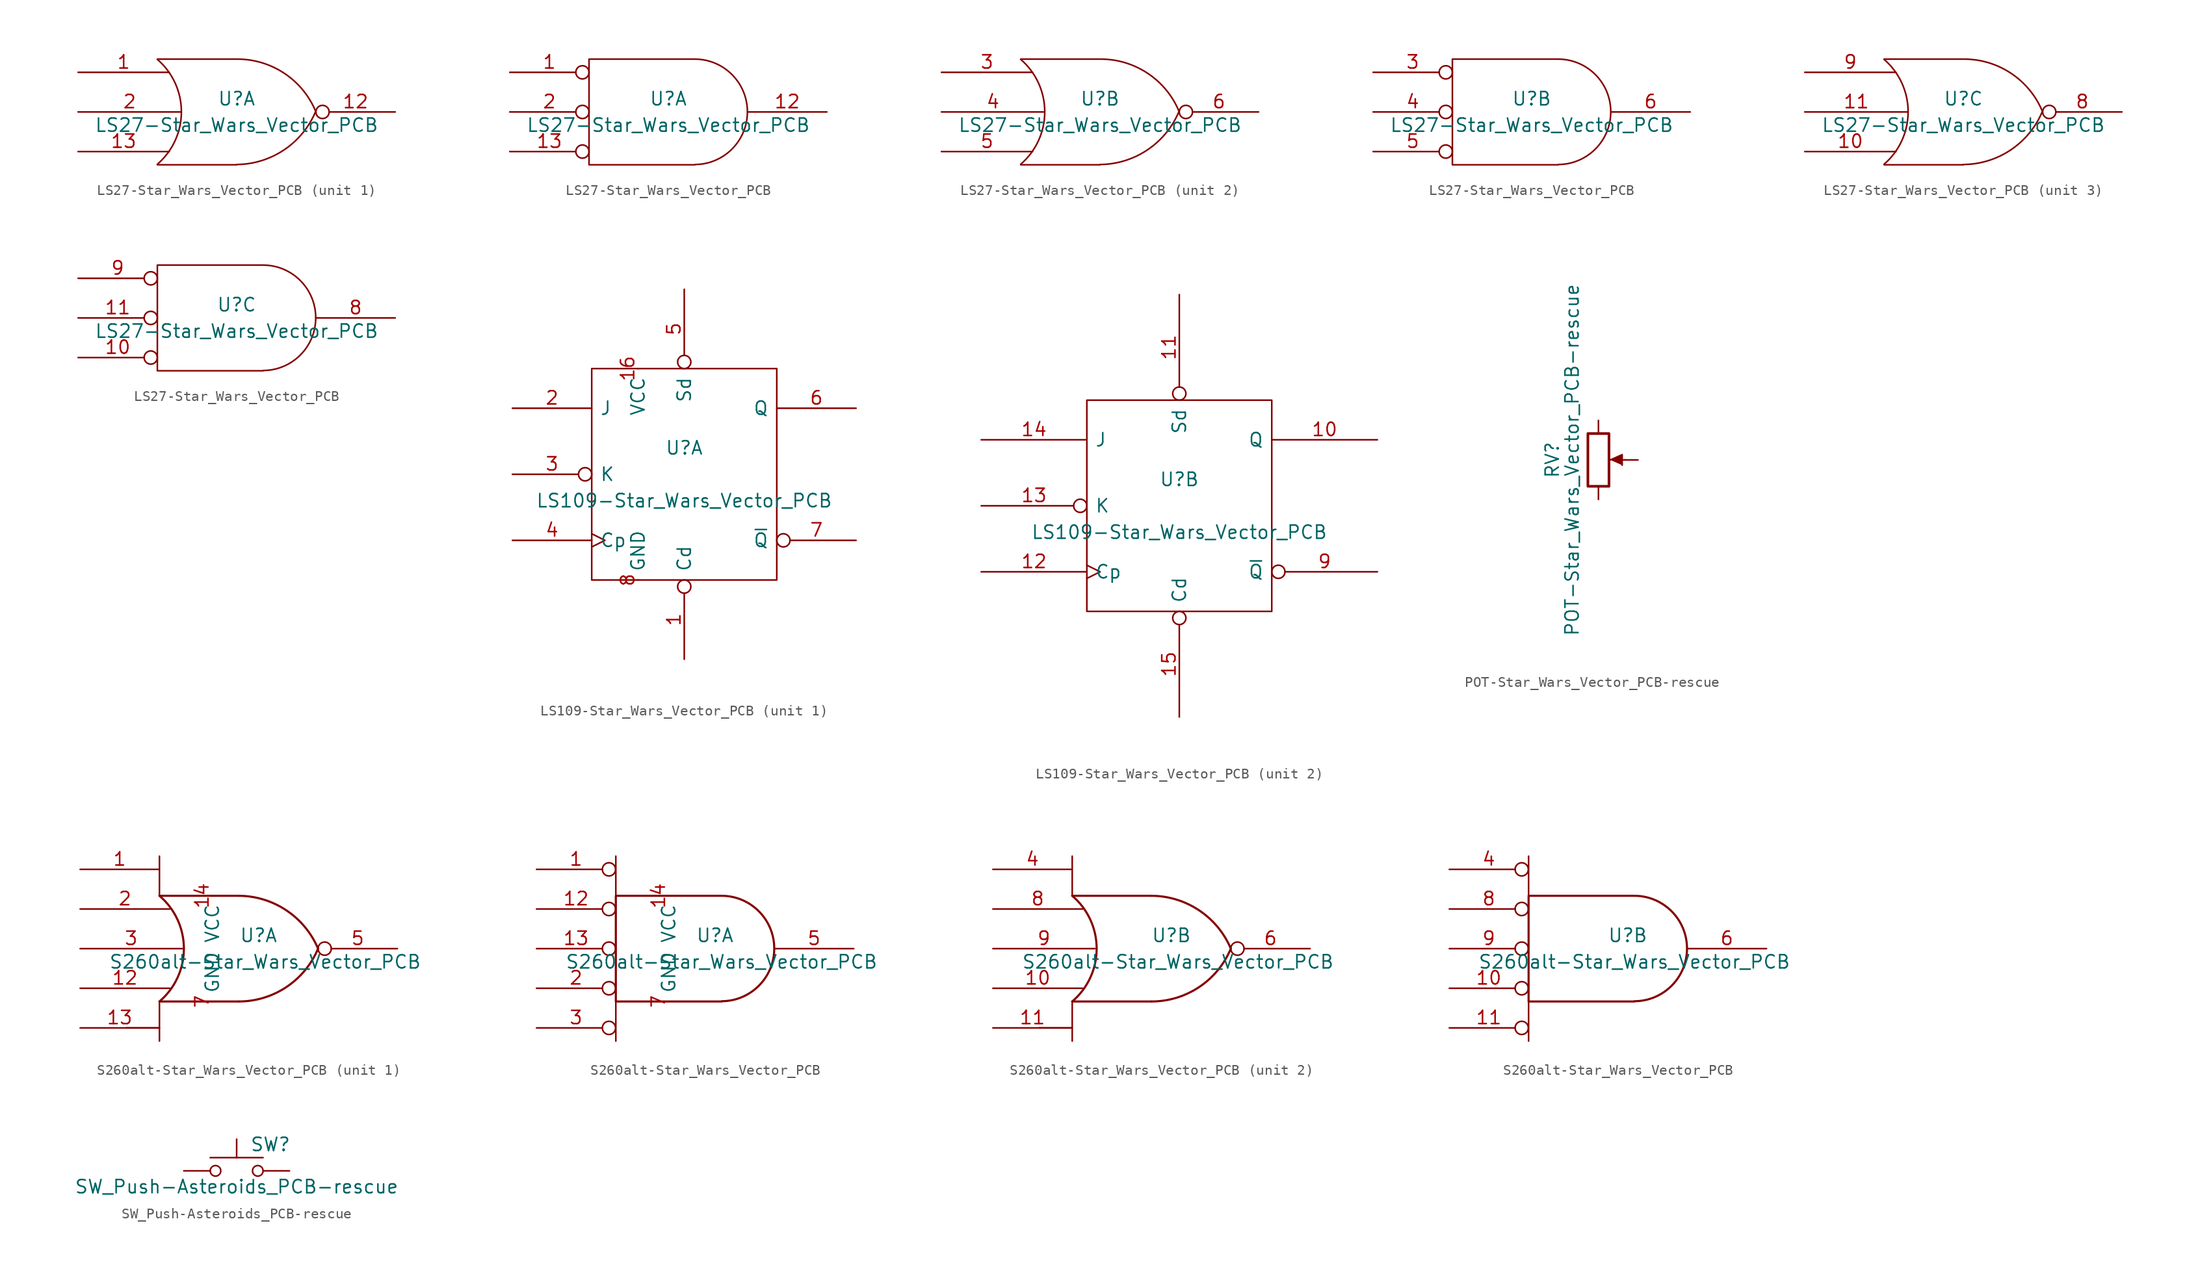
<source format=kicad_sym>
(kicad_symbol_lib
  (version 20211014)
  (generator kicad_symbol_editor)
  (symbol "LS27-Star_Wars_Vector_PCB"
    (pin_names
      (offset 0.762))
    (property "Reference" "U"
      (at 0 1.27 0)
      (effects (font (size 1.27 1.27))))
    (property "Value" "LS27-Star_Wars_Vector_PCB"
      (at 0 -1.27 0)
      (effects (font (size 1.27 1.27))))
    (symbol "LS27-Star_Wars_Vector_PCB_0_0"
      (pin power_in line (at -1.905 5.08 90) (length 0) hide (name "VCC" (effects (font (size 1.016 1.016)))) (number "14" (effects (font (size 1.016 1.016)))))
      (pin power_in line (at -1.905 -5.08 90) (length 0) hide (name "GND" (effects (font (size 1.016 1.016)))) (number "7" (effects (font (size 1.016 1.016))))))
    (symbol "LS27-Star_Wars_Vector_PCB_0_1"
      (arc (start -7.62 -5.0292) (mid -5.3094 0.0082) (end -7.62 5.0546) (stroke (width 0) (type default) (color 0 0 0 0)) (fill (type none)))
      (arc (start 0 -5.0546) (mid 4.5632 -3.6449) (end 7.5946 0.0508) (stroke (width 0) (type default) (color 0 0 0 0)) (fill (type none)))
      (polyline (pts (xy -7.62 -5.08) (xy 0 -5.08)) (stroke (width 0) (type default) (color 0 0 0 0)) (fill (type none)))
      (polyline (pts (xy -7.62 5.08) (xy 0 5.08)) (stroke (width 0) (type default) (color 0 0 0 0)) (fill (type none)))
      (arc (start 7.62 0) (mid 4.6132 3.6946) (end 0.0508 5.08) (stroke (width 0) (type default) (color 0 0 0 0)) (fill (type none))))
    (symbol "LS27-Star_Wars_Vector_PCB_0_2"
      (polyline (pts (xy 2.54 5.08) (xy -7.62 5.08) (xy -7.62 -5.08) (xy 2.54 -5.08)) (stroke (width 0) (type default) (color 0 0 0 0)) (fill (type none)))
      (arc (start 2.5654 -5.0546) (mid 7.5947 0.0001) (end 2.5654 5.08) (stroke (width 0) (type default) (color 0 0 0 0)) (fill (type none))))
    (symbol "LS27-Star_Wars_Vector_PCB_1_1"
      (pin input line (at -15.24 3.81 0) (length 8.763) (name "~" (effects (font (size 1.27 1.27)))) (number "1" (effects (font (size 1.27 1.27)))))
      (pin output inverted (at 15.24 0 180) (length 7.62) (name "~" (effects (font (size 1.27 1.27)))) (number "12" (effects (font (size 1.27 1.27)))))
      (pin input line (at -15.24 -3.81 0) (length 8.763) (name "~" (effects (font (size 1.27 1.27)))) (number "13" (effects (font (size 1.27 1.27)))))
      (pin input line (at -15.24 0 0) (length 9.906) (name "~" (effects (font (size 1.27 1.27)))) (number "2" (effects (font (size 1.27 1.27))))))
    (symbol "LS27-Star_Wars_Vector_PCB_1_2"
      (pin input inverted (at -15.24 3.81 0) (length 7.62) (name "~" (effects (font (size 1.27 1.27)))) (number "1" (effects (font (size 1.27 1.27)))))
      (pin output line (at 15.24 0 180) (length 7.62) (name "~" (effects (font (size 1.27 1.27)))) (number "12" (effects (font (size 1.27 1.27)))))
      (pin input inverted (at -15.24 -3.81 0) (length 7.62) (name "~" (effects (font (size 1.27 1.27)))) (number "13" (effects (font (size 1.27 1.27)))))
      (pin input inverted (at -15.24 0 0) (length 7.62) (name "~" (effects (font (size 1.27 1.27)))) (number "2" (effects (font (size 1.27 1.27))))))
    (symbol "LS27-Star_Wars_Vector_PCB_2_1"
      (pin input line (at -15.24 3.81 0) (length 8.763) (name "~" (effects (font (size 1.27 1.27)))) (number "3" (effects (font (size 1.27 1.27)))))
      (pin input line (at -15.24 0 0) (length 9.906) (name "~" (effects (font (size 1.27 1.27)))) (number "4" (effects (font (size 1.27 1.27)))))
      (pin input line (at -15.24 -3.81 0) (length 8.763) (name "~" (effects (font (size 1.27 1.27)))) (number "5" (effects (font (size 1.27 1.27)))))
      (pin output inverted (at 15.24 0 180) (length 7.62) (name "~" (effects (font (size 1.27 1.27)))) (number "6" (effects (font (size 1.27 1.27))))))
    (symbol "LS27-Star_Wars_Vector_PCB_2_2"
      (pin input inverted (at -15.24 3.81 0) (length 7.62) (name "~" (effects (font (size 1.27 1.27)))) (number "3" (effects (font (size 1.27 1.27)))))
      (pin input inverted (at -15.24 0 0) (length 7.62) (name "~" (effects (font (size 1.27 1.27)))) (number "4" (effects (font (size 1.27 1.27)))))
      (pin input inverted (at -15.24 -3.81 0) (length 7.62) (name "~" (effects (font (size 1.27 1.27)))) (number "5" (effects (font (size 1.27 1.27)))))
      (pin output line (at 15.24 0 180) (length 7.62) (name "~" (effects (font (size 1.27 1.27)))) (number "6" (effects (font (size 1.27 1.27))))))
    (symbol "LS27-Star_Wars_Vector_PCB_3_1"
      (pin input line (at -15.24 -3.81 0) (length 8.763) (name "~" (effects (font (size 1.27 1.27)))) (number "10" (effects (font (size 1.27 1.27)))))
      (pin input line (at -15.24 0 0) (length 9.906) (name "~" (effects (font (size 1.27 1.27)))) (number "11" (effects (font (size 1.27 1.27)))))
      (pin output inverted (at 15.24 0 180) (length 7.62) (name "~" (effects (font (size 1.27 1.27)))) (number "8" (effects (font (size 1.27 1.27)))))
      (pin input line (at -15.24 3.81 0) (length 8.763) (name "~" (effects (font (size 1.27 1.27)))) (number "9" (effects (font (size 1.27 1.27))))))
    (symbol "LS27-Star_Wars_Vector_PCB_3_2"
      (pin input inverted (at -15.24 -3.81 0) (length 7.62) (name "~" (effects (font (size 1.27 1.27)))) (number "10" (effects (font (size 1.27 1.27)))))
      (pin input inverted (at -15.24 0 0) (length 7.62) (name "~" (effects (font (size 1.27 1.27)))) (number "11" (effects (font (size 1.27 1.27)))))
      (pin output line (at 15.24 0 180) (length 7.62) (name "~" (effects (font (size 1.27 1.27)))) (number "8" (effects (font (size 1.27 1.27)))))
      (pin input inverted (at -15.24 3.81 0) (length 7.62) (name "~" (effects (font (size 1.27 1.27)))) (number "9" (effects (font (size 1.27 1.27)))))))
  (symbol "LS109-Star_Wars_Vector_PCB"
    (pin_names
      (offset 0.762))
    (property "Reference" "U"
      (at 0 2.54 0)
      (effects (font (size 1.27 1.27))))
    (property "Value" "LS109-Star_Wars_Vector_PCB"
      (at 0 -2.54 0)
      (effects (font (size 1.27 1.27))))
    (symbol "LS109-Star_Wars_Vector_PCB_0_0"
      (rectangle (start -8.89 -10.16) (end 8.89 10.16) (stroke (width 0) (type default) (color 0 0 0 0)) (fill (type none))))
    (symbol "LS109-Star_Wars_Vector_PCB_1_0"
      (pin power_in line (at -4.445 10.16 270) (length 0) (name "VCC" (effects (font (size 1.27 1.27)))) (number "16" (effects (font (size 1.27 1.27)))))
      (pin power_in line (at -4.445 -10.16 90) (length 0) (name "GND" (effects (font (size 1.27 1.27)))) (number "8" (effects (font (size 1.27 1.27))))))
    (symbol "LS109-Star_Wars_Vector_PCB_1_1"
      (pin input inverted (at 0 -17.78 90) (length 7.62) (name "Cd" (effects (font (size 1.27 1.27)))) (number "1" (effects (font (size 1.27 1.27)))))
      (pin input line (at -16.51 6.35 0) (length 7.62) (name "J" (effects (font (size 1.27 1.27)))) (number "2" (effects (font (size 1.27 1.27)))))
      (pin input inverted (at -16.51 0 0) (length 7.62) (name "K" (effects (font (size 1.27 1.27)))) (number "3" (effects (font (size 1.27 1.27)))))
      (pin input clock (at -16.51 -6.35 0) (length 7.62) (name "Cp" (effects (font (size 1.27 1.27)))) (number "4" (effects (font (size 1.27 1.27)))))
      (pin input inverted (at 0 17.78 270) (length 7.62) (name "Sd" (effects (font (size 1.27 1.27)))) (number "5" (effects (font (size 1.27 1.27)))))
      (pin output line (at 16.51 6.35 180) (length 7.62) (name "Q" (effects (font (size 1.27 1.27)))) (number "6" (effects (font (size 1.27 1.27)))))
      (pin output inverted (at 16.51 -6.35 180) (length 7.62) (name "~{Q}" (effects (font (size 1.27 1.27)))) (number "7" (effects (font (size 1.27 1.27))))))
    (symbol "LS109-Star_Wars_Vector_PCB_2_1"
      (pin output line (at 19.05 6.35 180) (length 10.16) (name "Q" (effects (font (size 1.27 1.27)))) (number "10" (effects (font (size 1.27 1.27)))))
      (pin input inverted (at 0 20.32 270) (length 10.16) (name "Sd" (effects (font (size 1.27 1.27)))) (number "11" (effects (font (size 1.27 1.27)))))
      (pin input clock (at -19.05 -6.35 0) (length 10.16) (name "Cp" (effects (font (size 1.27 1.27)))) (number "12" (effects (font (size 1.27 1.27)))))
      (pin input inverted (at -19.05 0 0) (length 10.16) (name "K" (effects (font (size 1.27 1.27)))) (number "13" (effects (font (size 1.27 1.27)))))
      (pin input line (at -19.05 6.35 0) (length 10.16) (name "J" (effects (font (size 1.27 1.27)))) (number "14" (effects (font (size 1.27 1.27)))))
      (pin input inverted (at 0 -20.32 90) (length 10.16) (name "Cd" (effects (font (size 1.27 1.27)))) (number "15" (effects (font (size 1.27 1.27)))))
      (pin output inverted (at 19.05 -6.35 180) (length 10.16) (name "~{Q}" (effects (font (size 1.27 1.27)))) (number "9" (effects (font (size 1.27 1.27)))))))
  (symbol "POT-Star_Wars_Vector_PCB-rescue"
    (pin_numbers hide)
    (pin_names
      (offset 1.016) hide)
    (property "Reference" "RV"
      (at -4.445 0 90)
      (effects (font (size 1.27 1.27))))
    (property "Value" "POT-Star_Wars_Vector_PCB-rescue"
      (at -2.54 0 90)
      (effects (font (size 1.27 1.27))))
    (symbol "POT-Star_Wars_Vector_PCB-rescue_0_1"
      (polyline (pts (xy 2.54 0) (xy 1.524 0)) (stroke (width 0) (type default) (color 0 0 0 0)) (fill (type none)))
      (polyline (pts (xy 1.143 0) (xy 2.286 0.508) (xy 2.286 -0.508)) (stroke (width 0) (type default) (color 0 0 0 0)) (fill (type outline)))
      (rectangle (start 1.016 2.54) (end -1.016 -2.54) (stroke (width 0.254) (type default) (color 0 0 0 0)) (fill (type none))))
    (symbol "POT-Star_Wars_Vector_PCB-rescue_1_1"
      (pin passive line (at 0 3.81 270) (length 1.27) (name "1" (effects (font (size 1.27 1.27)))) (number "1" (effects (font (size 1.27 1.27)))))
      (pin passive line (at 3.81 0 180) (length 1.27) (name "2" (effects (font (size 1.27 1.27)))) (number "2" (effects (font (size 1.27 1.27)))))
      (pin passive line (at 0 -3.81 90) (length 1.27) (name "3" (effects (font (size 1.27 1.27)))) (number "3" (effects (font (size 1.27 1.27)))))))
  (symbol "S260alt-Star_Wars_Vector_PCB"
    (pin_names
      (offset 0.762))
    (property "Reference" "U"
      (at 1.905 1.27 0)
      (effects (font (size 1.27 1.27))))
    (property "Value" "S260alt-Star_Wars_Vector_PCB"
      (at 2.54 -1.27 0)
      (effects (font (size 1.27 1.27))))
    (symbol "S260alt-Star_Wars_Vector_PCB_0_1"
      (arc (start -7.62 -5.08) (mid -5.2708 0) (end -7.62 5.08) (stroke (width 0.2032) (type default) (color 0 0 0 0)) (fill (type none)))
      (arc (start 0 -5.08) (mid 4.5812 -3.6906) (end 7.62 0) (stroke (width 0.2032) (type default) (color 0 0 0 0)) (fill (type none)))
      (polyline (pts (xy -10.795 -7.62) (xy -7.62 -7.62)) (stroke (width 0) (type default) (color 0 0 0 0)) (fill (type none)))
      (polyline (pts (xy -7.62 -5.08) (xy -7.62 -8.89)) (stroke (width 0) (type default) (color 0 0 0 0)) (fill (type none)))
      (polyline (pts (xy -7.62 -5.08) (xy 0 -5.08)) (stroke (width 0.203) (type default) (color 0 0 0 0)) (fill (type none)))
      (polyline (pts (xy -7.62 5.08) (xy -7.62 8.89)) (stroke (width 0) (type default) (color 0 0 0 0)) (fill (type none)))
      (polyline (pts (xy -7.62 5.08) (xy 0 5.08)) (stroke (width 0.203) (type default) (color 0 0 0 0)) (fill (type none)))
      (arc (start 7.62 0) (mid 4.5727 3.6819) (end 0 5.08) (stroke (width 0.2032) (type default) (color 0 0 0 0)) (fill (type none))))
    (symbol "S260alt-Star_Wars_Vector_PCB_0_2"
      (polyline (pts (xy -7.62 -5.08) (xy -7.62 -8.89)) (stroke (width 0) (type default) (color 0 0 0 0)) (fill (type none)))
      (polyline (pts (xy -7.62 5.08) (xy -7.62 8.89)) (stroke (width 0) (type default) (color 0 0 0 0)) (fill (type none)))
      (polyline (pts (xy 2.54 5.08) (xy -7.62 5.08) (xy -7.62 -5.08) (xy 2.54 -5.08)) (stroke (width 0.203) (type default) (color 0 0 0 0)) (fill (type none)))
      (arc (start 2.5654 -5.0546) (mid 7.5947 0.0001) (end 2.5654 5.08) (stroke (width 0.2032) (type default) (color 0 0 0 0)) (fill (type none))))
    (symbol "S260alt-Star_Wars_Vector_PCB_1_0"
      (pin power_in line (at -2.54 5.08 270) (length 0) (name "VCC" (effects (font (size 1.27 1.27)))) (number "14" (effects (font (size 1.27 1.27)))))
      (pin power_in line (at -2.54 -5.08 90) (length 0) (name "GND" (effects (font (size 1.27 1.27)))) (number "7" (effects (font (size 1.27 1.27))))))
    (symbol "S260alt-Star_Wars_Vector_PCB_1_1"
      (pin input line (at -15.24 7.62 0) (length 7.595) (name "~" (effects (font (size 1.27 1.27)))) (number "1" (effects (font (size 1.27 1.27)))))
      (pin input line (at -15.24 -3.81 0) (length 8.611) (name "~" (effects (font (size 1.27 1.27)))) (number "12" (effects (font (size 1.27 1.27)))))
      (pin input line (at -15.24 -7.62 0) (length 7.595) (name "~" (effects (font (size 1.27 1.27)))) (number "13" (effects (font (size 1.27 1.27)))))
      (pin input line (at -15.24 3.81 0) (length 8.611) (name "~" (effects (font (size 1.27 1.27)))) (number "2" (effects (font (size 1.27 1.27)))))
      (pin input line (at -15.24 0 0) (length 9.804) (name "~" (effects (font (size 1.27 1.27)))) (number "3" (effects (font (size 1.27 1.27)))))
      (pin output inverted (at 15.24 0 180) (length 7.62) (name "~" (effects (font (size 1.27 1.27)))) (number "5" (effects (font (size 1.27 1.27))))))
    (symbol "S260alt-Star_Wars_Vector_PCB_1_2"
      (pin input inverted (at -15.24 7.62 0) (length 7.595) (name "~" (effects (font (size 1.27 1.27)))) (number "1" (effects (font (size 1.27 1.27)))))
      (pin input inverted (at -15.24 3.81 0) (length 7.595) (name "~" (effects (font (size 1.27 1.27)))) (number "12" (effects (font (size 1.27 1.27)))))
      (pin input inverted (at -15.24 0 0) (length 7.595) (name "~" (effects (font (size 1.27 1.27)))) (number "13" (effects (font (size 1.27 1.27)))))
      (pin input inverted (at -15.24 -3.81 0) (length 7.595) (name "~" (effects (font (size 1.27 1.27)))) (number "2" (effects (font (size 1.27 1.27)))))
      (pin input inverted (at -15.24 -7.62 0) (length 7.595) (name "~" (effects (font (size 1.27 1.27)))) (number "3" (effects (font (size 1.27 1.27)))))
      (pin output line (at 15.24 0 180) (length 7.62) (name "~" (effects (font (size 1.27 1.27)))) (number "5" (effects (font (size 1.27 1.27))))))
    (symbol "S260alt-Star_Wars_Vector_PCB_2_1"
      (pin input line (at -15.24 -3.81 0) (length 8.611) (name "~" (effects (font (size 1.27 1.27)))) (number "10" (effects (font (size 1.27 1.27)))))
      (pin input line (at -15.24 -7.62 0) (length 7.595) (name "~" (effects (font (size 1.27 1.27)))) (number "11" (effects (font (size 1.27 1.27)))))
      (pin input line (at -15.24 7.62 0) (length 7.595) (name "~" (effects (font (size 1.27 1.27)))) (number "4" (effects (font (size 1.27 1.27)))))
      (pin output inverted (at 15.24 0 180) (length 7.62) (name "~" (effects (font (size 1.27 1.27)))) (number "6" (effects (font (size 1.27 1.27)))))
      (pin input line (at -15.24 3.81 0) (length 8.611) (name "~" (effects (font (size 1.27 1.27)))) (number "8" (effects (font (size 1.27 1.27)))))
      (pin input line (at -15.24 0 0) (length 9.804) (name "~" (effects (font (size 1.27 1.27)))) (number "9" (effects (font (size 1.27 1.27))))))
    (symbol "S260alt-Star_Wars_Vector_PCB_2_2"
      (pin input inverted (at -15.24 -3.81 0) (length 7.595) (name "~" (effects (font (size 1.27 1.27)))) (number "10" (effects (font (size 1.27 1.27)))))
      (pin input inverted (at -15.24 -7.62 0) (length 7.595) (name "~" (effects (font (size 1.27 1.27)))) (number "11" (effects (font (size 1.27 1.27)))))
      (pin input inverted (at -15.24 7.62 0) (length 7.595) (name "~" (effects (font (size 1.27 1.27)))) (number "4" (effects (font (size 1.27 1.27)))))
      (pin output line (at 15.24 0 180) (length 7.62) (name "~" (effects (font (size 1.27 1.27)))) (number "6" (effects (font (size 1.27 1.27)))))
      (pin input inverted (at -15.24 3.81 0) (length 7.595) (name "~" (effects (font (size 1.27 1.27)))) (number "8" (effects (font (size 1.27 1.27)))))
      (pin input inverted (at -15.24 0 0) (length 7.595) (name "~" (effects (font (size 1.27 1.27)))) (number "9" (effects (font (size 1.27 1.27)))))))
  (symbol "SW_Push-Asteroids_PCB-rescue"
    (pin_numbers hide)
    (pin_names
      (offset 1.016) hide)
    (property "Reference" "SW"
      (at 1.27 2.54 0)
      (effects (font (size 1.27 1.27)) (justify left)))
    (property "Value" "SW_Push-Asteroids_PCB-rescue"
      (at 0 -1.524 0)
      (effects (font (size 1.27 1.27))))
    (symbol "SW_Push-Asteroids_PCB-rescue_0_1"
      (circle (center -2.032 0) (radius 0.508) (stroke (width 0) (type default) (color 0 0 0 0)) (fill (type none)))
      (polyline (pts (xy 0 1.27) (xy 0 3.048)) (stroke (width 0) (type default) (color 0 0 0 0)) (fill (type none)))
      (polyline (pts (xy 2.54 1.27) (xy -2.54 1.27)) (stroke (width 0) (type default) (color 0 0 0 0)) (fill (type none)))
      (circle (center 2.032 0) (radius 0.508) (stroke (width 0) (type default) (color 0 0 0 0)) (fill (type none)))
      (pin passive line (at -5.08 0 0) (length 2.54) (name "1" (effects (font (size 1.27 1.27)))) (number "1" (effects (font (size 1.27 1.27)))))
      (pin passive line (at 5.08 0 180) (length 2.54) (name "2" (effects (font (size 1.27 1.27)))) (number "2" (effects (font (size 1.27 1.27))))))))
</source>
